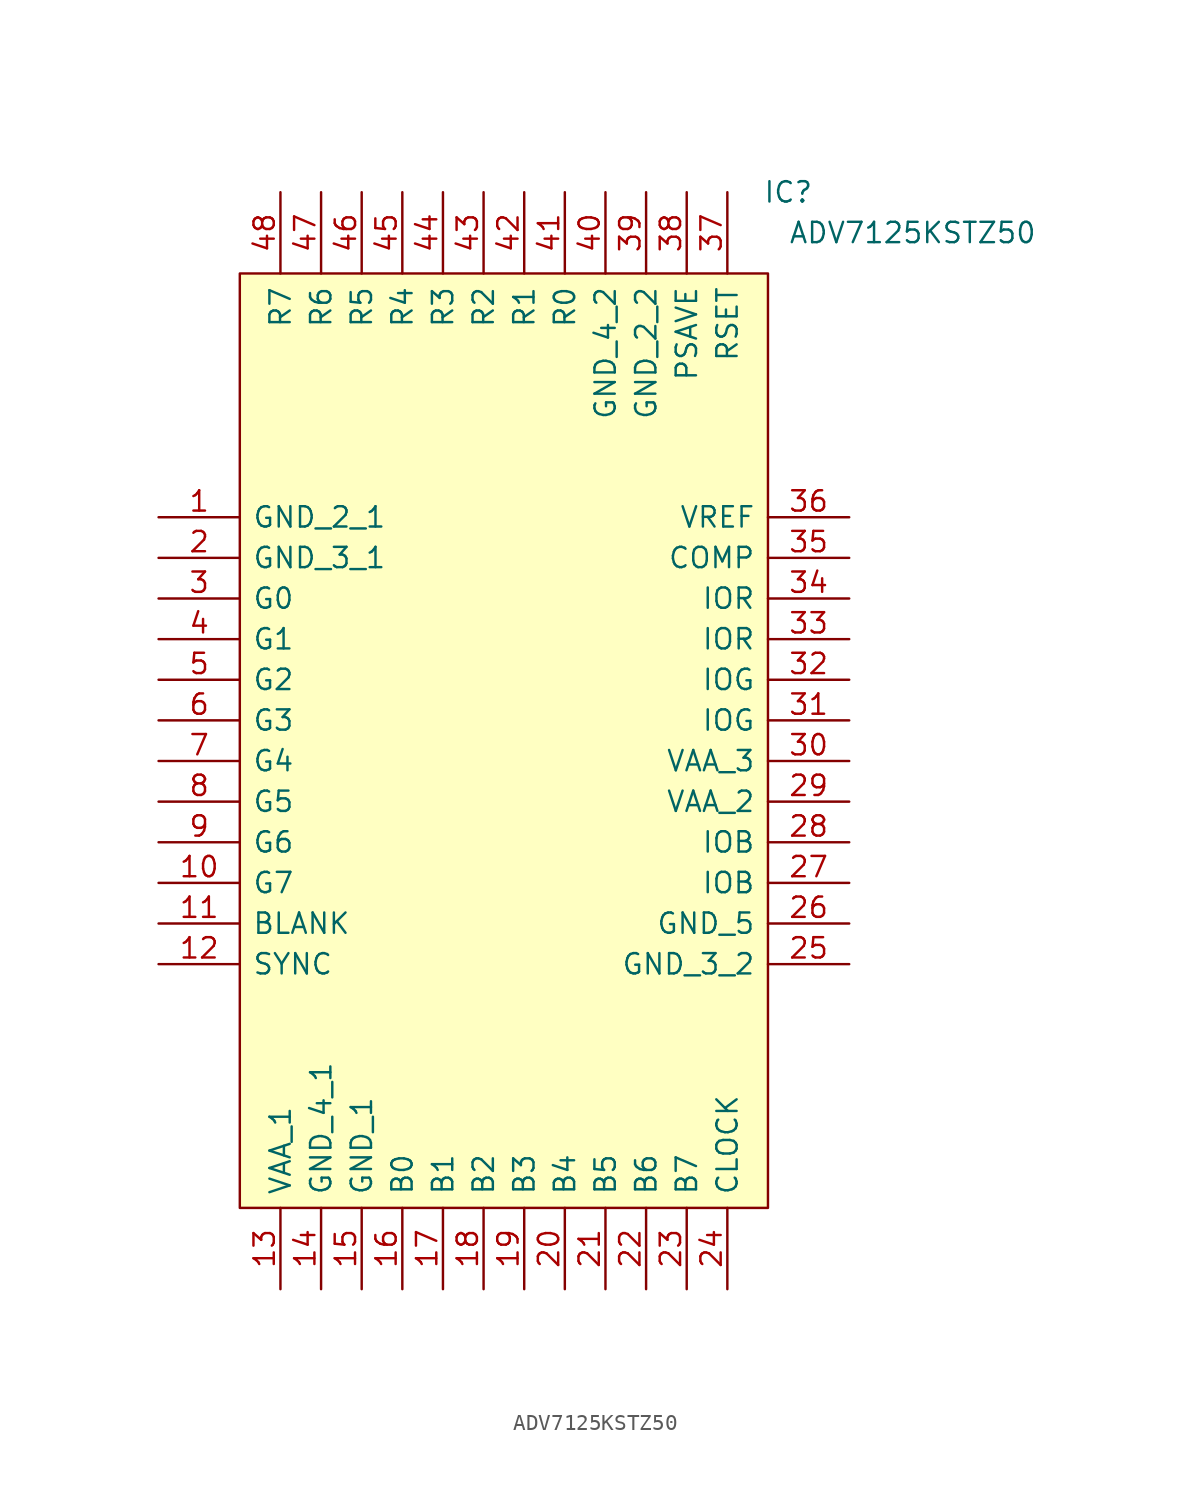
<source format=kicad_sym>
(kicad_symbol_lib
  (version 20211014)
  (generator kicad_symbol_editor)
  (symbol "ADV7125KSTZ50"
    (pin_names
      (offset 0.762))
    (property "Reference" "IC"
      (at 39.37 20.32 0)
      (effects (font (size 1.27 1.27))))
    (property "Value" "ADV7125KSTZ50"
      (at 39.37 17.78 0)
      (effects (font (size 1.27 1.27)) (justify left)))
    (symbol "ADV7125KSTZ50_0_0"
      (pin passive line (at 0 0 0) (length 5.08) (name "GND_2_1" (effects (font (size 1.27 1.27)))) (number "1" (effects (font (size 1.27 1.27)))))
      (pin passive line (at 0 -22.86 0) (length 5.08) (name "G7" (effects (font (size 1.27 1.27)))) (number "10" (effects (font (size 1.27 1.27)))))
      (pin passive line (at 0 -25.4 0) (length 5.08) (name "BLANK~{}" (effects (font (size 1.27 1.27)))) (number "11" (effects (font (size 1.27 1.27)))))
      (pin passive line (at 0 -27.94 0) (length 5.08) (name "SYNC~{}" (effects (font (size 1.27 1.27)))) (number "12" (effects (font (size 1.27 1.27)))))
      (pin passive line (at 7.62 -48.26 90) (length 5.08) (name "VAA_1" (effects (font (size 1.27 1.27)))) (number "13" (effects (font (size 1.27 1.27)))))
      (pin passive line (at 10.16 -48.26 90) (length 5.08) (name "GND_4_1" (effects (font (size 1.27 1.27)))) (number "14" (effects (font (size 1.27 1.27)))))
      (pin passive line (at 12.7 -48.26 90) (length 5.08) (name "GND_1" (effects (font (size 1.27 1.27)))) (number "15" (effects (font (size 1.27 1.27)))))
      (pin passive line (at 15.24 -48.26 90) (length 5.08) (name "B0" (effects (font (size 1.27 1.27)))) (number "16" (effects (font (size 1.27 1.27)))))
      (pin passive line (at 17.78 -48.26 90) (length 5.08) (name "B1" (effects (font (size 1.27 1.27)))) (number "17" (effects (font (size 1.27 1.27)))))
      (pin passive line (at 20.32 -48.26 90) (length 5.08) (name "B2" (effects (font (size 1.27 1.27)))) (number "18" (effects (font (size 1.27 1.27)))))
      (pin passive line (at 22.86 -48.26 90) (length 5.08) (name "B3" (effects (font (size 1.27 1.27)))) (number "19" (effects (font (size 1.27 1.27)))))
      (pin passive line (at 0 -2.54 0) (length 5.08) (name "GND_3_1" (effects (font (size 1.27 1.27)))) (number "2" (effects (font (size 1.27 1.27)))))
      (pin passive line (at 25.4 -48.26 90) (length 5.08) (name "B4" (effects (font (size 1.27 1.27)))) (number "20" (effects (font (size 1.27 1.27)))))
      (pin passive line (at 27.94 -48.26 90) (length 5.08) (name "B5" (effects (font (size 1.27 1.27)))) (number "21" (effects (font (size 1.27 1.27)))))
      (pin passive line (at 30.48 -48.26 90) (length 5.08) (name "B6" (effects (font (size 1.27 1.27)))) (number "22" (effects (font (size 1.27 1.27)))))
      (pin passive line (at 33.02 -48.26 90) (length 5.08) (name "B7" (effects (font (size 1.27 1.27)))) (number "23" (effects (font (size 1.27 1.27)))))
      (pin passive line (at 35.56 -48.26 90) (length 5.08) (name "CLOCK" (effects (font (size 1.27 1.27)))) (number "24" (effects (font (size 1.27 1.27)))))
      (pin passive line (at 43.18 -27.94 180) (length 5.08) (name "GND_3_2" (effects (font (size 1.27 1.27)))) (number "25" (effects (font (size 1.27 1.27)))))
      (pin passive line (at 43.18 -25.4 180) (length 5.08) (name "GND_5" (effects (font (size 1.27 1.27)))) (number "26" (effects (font (size 1.27 1.27)))))
      (pin passive line (at 43.18 -22.86 180) (length 5.08) (name "IOB~{}" (effects (font (size 1.27 1.27)))) (number "27" (effects (font (size 1.27 1.27)))))
      (pin passive line (at 43.18 -20.32 180) (length 5.08) (name "IOB" (effects (font (size 1.27 1.27)))) (number "28" (effects (font (size 1.27 1.27)))))
      (pin passive line (at 43.18 -17.78 180) (length 5.08) (name "VAA_2" (effects (font (size 1.27 1.27)))) (number "29" (effects (font (size 1.27 1.27)))))
      (pin passive line (at 0 -5.08 0) (length 5.08) (name "G0" (effects (font (size 1.27 1.27)))) (number "3" (effects (font (size 1.27 1.27)))))
      (pin passive line (at 43.18 -15.24 180) (length 5.08) (name "VAA_3" (effects (font (size 1.27 1.27)))) (number "30" (effects (font (size 1.27 1.27)))))
      (pin passive line (at 43.18 -12.7 180) (length 5.08) (name "IOG~{}" (effects (font (size 1.27 1.27)))) (number "31" (effects (font (size 1.27 1.27)))))
      (pin passive line (at 43.18 -10.16 180) (length 5.08) (name "IOG" (effects (font (size 1.27 1.27)))) (number "32" (effects (font (size 1.27 1.27)))))
      (pin passive line (at 43.18 -7.62 180) (length 5.08) (name "IOR~{}" (effects (font (size 1.27 1.27)))) (number "33" (effects (font (size 1.27 1.27)))))
      (pin passive line (at 43.18 -5.08 180) (length 5.08) (name "IOR" (effects (font (size 1.27 1.27)))) (number "34" (effects (font (size 1.27 1.27)))))
      (pin passive line (at 43.18 -2.54 180) (length 5.08) (name "COMP" (effects (font (size 1.27 1.27)))) (number "35" (effects (font (size 1.27 1.27)))))
      (pin passive line (at 43.18 0 180) (length 5.08) (name "VREF" (effects (font (size 1.27 1.27)))) (number "36" (effects (font (size 1.27 1.27)))))
      (pin passive line (at 35.56 20.32 270) (length 5.08) (name "RSET" (effects (font (size 1.27 1.27)))) (number "37" (effects (font (size 1.27 1.27)))))
      (pin passive line (at 33.02 20.32 270) (length 5.08) (name "PSAVE~{}" (effects (font (size 1.27 1.27)))) (number "38" (effects (font (size 1.27 1.27)))))
      (pin passive line (at 30.48 20.32 270) (length 5.08) (name "GND_2_2" (effects (font (size 1.27 1.27)))) (number "39" (effects (font (size 1.27 1.27)))))
      (pin passive line (at 0 -7.62 0) (length 5.08) (name "G1" (effects (font (size 1.27 1.27)))) (number "4" (effects (font (size 1.27 1.27)))))
      (pin passive line (at 27.94 20.32 270) (length 5.08) (name "GND_4_2" (effects (font (size 1.27 1.27)))) (number "40" (effects (font (size 1.27 1.27)))))
      (pin passive line (at 25.4 20.32 270) (length 5.08) (name "R0" (effects (font (size 1.27 1.27)))) (number "41" (effects (font (size 1.27 1.27)))))
      (pin passive line (at 22.86 20.32 270) (length 5.08) (name "R1" (effects (font (size 1.27 1.27)))) (number "42" (effects (font (size 1.27 1.27)))))
      (pin passive line (at 20.32 20.32 270) (length 5.08) (name "R2" (effects (font (size 1.27 1.27)))) (number "43" (effects (font (size 1.27 1.27)))))
      (pin passive line (at 17.78 20.32 270) (length 5.08) (name "R3" (effects (font (size 1.27 1.27)))) (number "44" (effects (font (size 1.27 1.27)))))
      (pin passive line (at 15.24 20.32 270) (length 5.08) (name "R4" (effects (font (size 1.27 1.27)))) (number "45" (effects (font (size 1.27 1.27)))))
      (pin passive line (at 12.7 20.32 270) (length 5.08) (name "R5" (effects (font (size 1.27 1.27)))) (number "46" (effects (font (size 1.27 1.27)))))
      (pin passive line (at 10.16 20.32 270) (length 5.08) (name "R6" (effects (font (size 1.27 1.27)))) (number "47" (effects (font (size 1.27 1.27)))))
      (pin passive line (at 7.62 20.32 270) (length 5.08) (name "R7" (effects (font (size 1.27 1.27)))) (number "48" (effects (font (size 1.27 1.27)))))
      (pin passive line (at 0 -10.16 0) (length 5.08) (name "G2" (effects (font (size 1.27 1.27)))) (number "5" (effects (font (size 1.27 1.27)))))
      (pin passive line (at 0 -12.7 0) (length 5.08) (name "G3" (effects (font (size 1.27 1.27)))) (number "6" (effects (font (size 1.27 1.27)))))
      (pin passive line (at 0 -15.24 0) (length 5.08) (name "G4" (effects (font (size 1.27 1.27)))) (number "7" (effects (font (size 1.27 1.27)))))
      (pin passive line (at 0 -17.78 0) (length 5.08) (name "G5" (effects (font (size 1.27 1.27)))) (number "8" (effects (font (size 1.27 1.27)))))
      (pin passive line (at 0 -20.32 0) (length 5.08) (name "G6" (effects (font (size 1.27 1.27)))) (number "9" (effects (font (size 1.27 1.27))))))
    (symbol "ADV7125KSTZ50_0_1"
      (polyline (pts (xy 5.08 15.24) (xy 38.1 15.24) (xy 38.1 -43.18) (xy 5.08 -43.18) (xy 5.08 15.24)) (stroke (width 0.152) (type default) (color 0 0 0 0)) (fill (type background))))))
</source>
